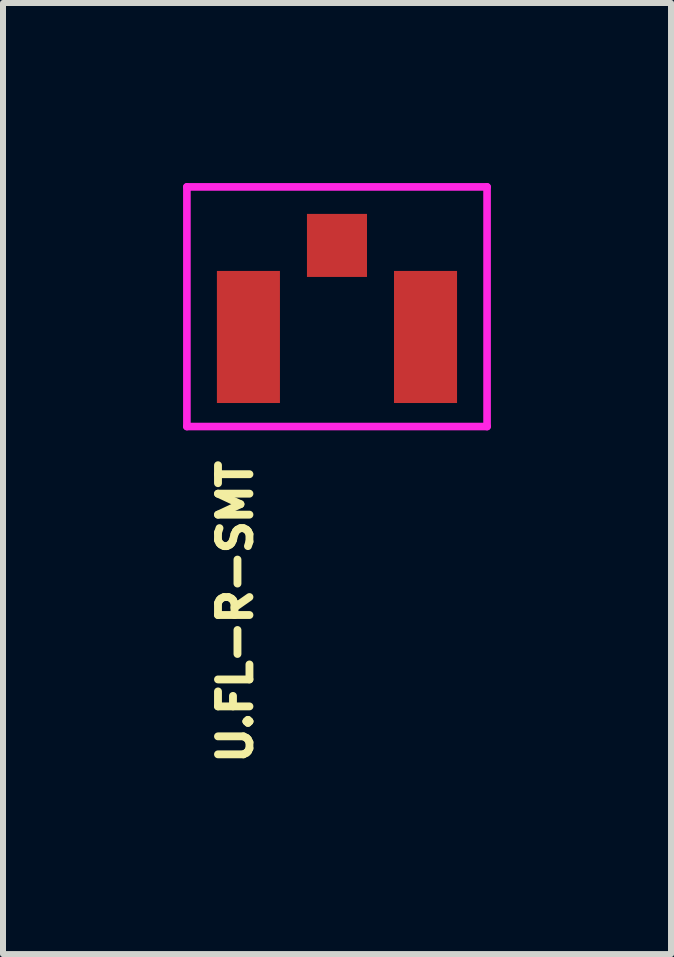
<source format=kicad_pcb>
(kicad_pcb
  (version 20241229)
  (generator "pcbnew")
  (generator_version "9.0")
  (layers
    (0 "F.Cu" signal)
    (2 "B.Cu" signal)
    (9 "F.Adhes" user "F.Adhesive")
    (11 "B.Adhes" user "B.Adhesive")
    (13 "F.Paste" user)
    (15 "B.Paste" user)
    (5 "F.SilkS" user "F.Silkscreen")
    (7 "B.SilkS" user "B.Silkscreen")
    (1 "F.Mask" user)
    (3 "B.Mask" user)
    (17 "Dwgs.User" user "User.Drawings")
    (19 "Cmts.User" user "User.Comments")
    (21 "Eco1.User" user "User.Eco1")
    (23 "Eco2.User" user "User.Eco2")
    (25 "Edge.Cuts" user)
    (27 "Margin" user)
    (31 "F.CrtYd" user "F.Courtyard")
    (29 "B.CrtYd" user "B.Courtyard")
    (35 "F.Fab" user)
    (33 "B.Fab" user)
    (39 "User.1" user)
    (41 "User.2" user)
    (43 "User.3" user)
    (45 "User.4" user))
  (footprint "U.FL-R-SMT"
    (layer "F.Cu")
    (at 2.563 2.563)
    (property "Reference" "U.FL-R-SMT" (at -2 2 90) (layer "F.SilkS") (effects (font (size 0.524 0.524) (thickness 0.131)) (justify right top)))
    (fp_poly (pts (xy -2.07 1.17) (xy -0.88 1.17) (xy -0.88 -1.17) (xy -2.07 -1.17)) (stroke (width 0) (type solid)) (fill yes) (layer "F.Mask"))
    (fp_poly (pts (xy -0.57 -0.93) (xy 0.57 -0.93) (xy 0.57 -2.12) (xy -0.57 -2.12)) (stroke (width 0) (type solid)) (fill yes) (layer "F.Mask"))
    (fp_poly (pts (xy 0.87 1.17) (xy 2.07 1.17) (xy 2.07 -1.17) (xy 0.87 -1.17)) (stroke (width 0) (type solid)) (fill yes) (layer "F.Mask"))
    (fp_poly (pts (xy -2 1.1) (xy -0.95 1.1) (xy -0.95 -1.1) (xy -2 -1.1)) (stroke (width 0) (type solid)) (fill yes) (layer "F.Paste"))
    (fp_poly (pts (xy -0.5 -1) (xy 0.5 -1) (xy 0.5 -2.05) (xy -0.5 -2.05)) (stroke (width 0) (type solid)) (fill yes) (layer "F.Paste"))
    (fp_poly (pts (xy 0.95 1.1) (xy 2 1.1) (xy 2 -1.1) (xy 0.95 -1.1)) (stroke (width 0) (type solid)) (fill yes) (layer "F.Paste"))
    (fp_line (start -2.5 -2.5) (end -2.5 1.492) (stroke (width 0.127) (type solid)) (layer "F.CrtYd"))
    (fp_line (start -2.5 1.492) (end 2.5 1.492) (stroke (width 0.127) (type solid)) (layer "F.CrtYd"))
    (fp_line (start 2.5 -2.5) (end -2.5 -2.5) (stroke (width 0.127) (type solid)) (layer "F.CrtYd"))
    (fp_line (start 2.5 1.492) (end 2.5 -2.5) (stroke (width 0.127) (type solid)) (layer "F.CrtYd"))
    (pad "1" smd rect (at 0 -1.525 180) (size 1 1.05) (layers "F.Cu"))
    (pad "2" smd rect (at -1.475 0 270) (size 2.2 1.05) (layers "F.Cu"))
    (pad "3" smd rect (at 1.475 0 270) (size 2.2 1.05) (layers "F.Cu")))
  (gr_rect
    (start -3 -3)
    (end 8.127 12.842)
    (stroke (width 0.1) (type default))
    (fill no)
    (layer "Edge.Cuts")))
</source>
